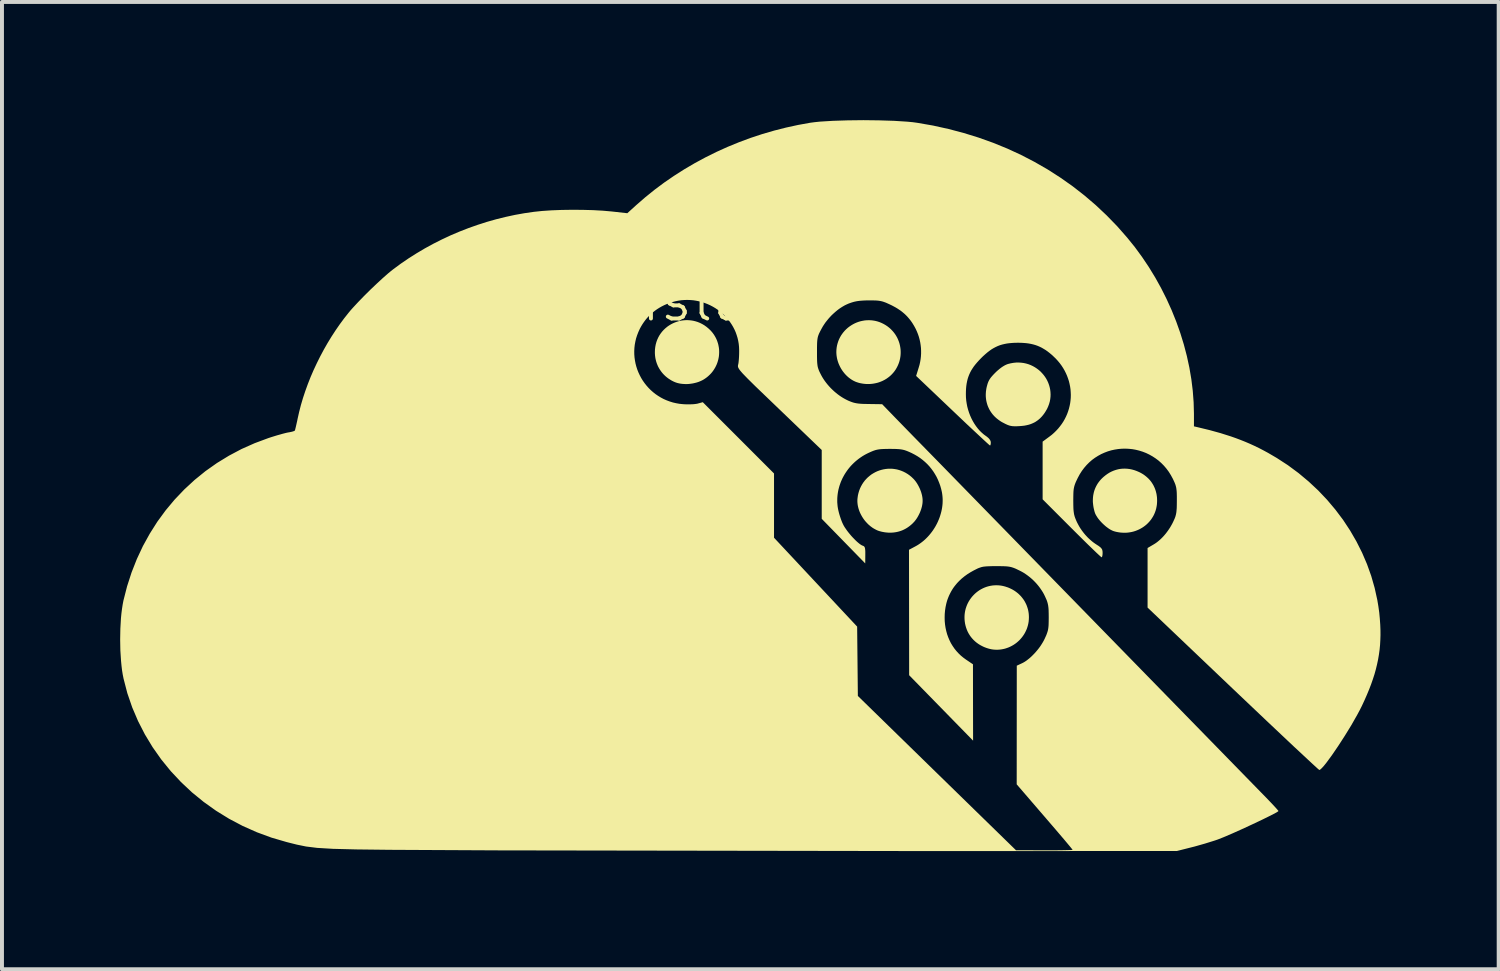
<source format=kicad_pcb>
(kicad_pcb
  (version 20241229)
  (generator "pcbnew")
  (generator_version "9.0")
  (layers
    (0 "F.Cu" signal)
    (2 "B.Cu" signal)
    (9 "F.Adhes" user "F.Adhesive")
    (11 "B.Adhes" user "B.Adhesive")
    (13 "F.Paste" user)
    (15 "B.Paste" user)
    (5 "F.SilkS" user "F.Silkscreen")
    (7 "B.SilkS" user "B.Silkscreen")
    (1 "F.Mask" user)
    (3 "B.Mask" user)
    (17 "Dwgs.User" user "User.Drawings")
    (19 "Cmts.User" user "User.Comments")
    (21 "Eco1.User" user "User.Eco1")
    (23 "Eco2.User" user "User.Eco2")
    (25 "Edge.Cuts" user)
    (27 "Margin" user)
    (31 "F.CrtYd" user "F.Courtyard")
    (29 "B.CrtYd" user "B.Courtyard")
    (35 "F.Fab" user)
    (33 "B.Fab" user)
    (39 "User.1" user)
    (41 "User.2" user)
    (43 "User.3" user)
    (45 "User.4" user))
  (footprint "aisler"
    (layer "F.Cu")
    (at 14.425 5.077)
    (property "Reference" "aisler" (at 0 -0.5 0) (unlocked yes) (layer "F.SilkS") (effects (font (size 1 1) (thickness 0.1))))
    (attr through_hole)
    (fp_poly (pts (xy 0 0) (xy 0.059 0.005) (xy 0.118 0.014) (xy 0.176 0.028) (xy 0.234 0.046) (xy 0.291 0.069) (xy 0.347 0.097) (xy 0.402 0.129) (xy 0.455 0.167) (xy 0.506 0.209) (xy 0.556 0.256) (xy 0.588 0.291) (xy 0.618 0.328) (xy 0.645 0.365) (xy 0.669 0.404) (xy 0.691 0.443) (xy 0.711 0.484) (xy 0.728 0.525) (xy 0.742 0.567) (xy 0.755 0.61) (xy 0.764 0.653) (xy 0.772 0.696) (xy 0.777 0.739) (xy 0.779 0.783) (xy 0.779 0.827) (xy 0.777 0.871) (xy 0.773 0.914) (xy 0.766 0.957) (xy 0.757 1) (xy 0.745 1.043) (xy 0.732 1.084) (xy 0.716 1.125) (xy 0.697 1.166) (xy 0.677 1.205) (xy 0.654 1.243) (xy 0.629 1.281) (xy 0.602 1.317) (xy 0.573 1.351) (xy 0.541 1.384) (xy 0.507 1.416) (xy 0.472 1.446) (xy 0.434 1.474) (xy 0.394 1.501) (xy 0.352 1.525) (xy 0.307 1.546) (xy 0.261 1.565) (xy 0.213 1.581) (xy 0.163 1.594) (xy 0.113 1.605) (xy 0.061 1.613) (xy 0.01 1.619) (xy -0.041 1.622) (xy -0.092 1.621) (xy -0.143 1.618) (xy -0.192 1.613) (xy -0.24 1.604) (xy -0.286 1.593) (xy -0.33 1.578) (xy -0.371 1.561) (xy -0.399 1.547) (xy -0.426 1.533) (xy -0.453 1.517) (xy -0.478 1.501) (xy -0.503 1.485) (xy -0.528 1.467) (xy -0.551 1.449) (xy -0.574 1.43) (xy -0.596 1.41) (xy -0.617 1.39) (xy -0.637 1.369) (xy -0.656 1.348) (xy -0.675 1.325) (xy -0.692 1.303) (xy -0.709 1.279) (xy -0.725 1.255) (xy -0.74 1.231) (xy -0.754 1.206) (xy -0.768 1.181) (xy -0.78 1.155) (xy -0.791 1.128) (xy -0.802 1.101) (xy -0.811 1.074) (xy -0.82 1.046) (xy -0.827 1.018) (xy -0.834 0.989) (xy -0.84 0.96) (xy -0.844 0.931) (xy -0.848 0.901) (xy -0.85 0.871) (xy -0.852 0.841) (xy -0.852 0.811) (xy -0.85 0.743) (xy -0.842 0.677) (xy -0.83 0.614) (xy -0.813 0.553) (xy -0.792 0.495) (xy -0.767 0.44) (xy -0.738 0.387) (xy -0.705 0.338) (xy -0.669 0.291) (xy -0.63 0.248) (xy -0.588 0.208) (xy -0.543 0.17) (xy -0.496 0.137) (xy -0.447 0.107) (xy -0.395 0.08) (xy -0.342 0.057) (xy -0.288 0.038) (xy -0.232 0.022) (xy -0.175 0.01) (xy -0.117 0.003) (xy -0.059 -0.001)) (stroke (width 0) (type solid)) (fill yes) (layer "F.SilkS"))
    (fp_poly (pts (xy 7.877 6.731) (xy 7.931 6.737) (xy 7.984 6.747) (xy 8.039 6.761) (xy 8.072 6.772) (xy 8.106 6.783) (xy 8.138 6.796) (xy 8.169 6.81) (xy 8.2 6.825) (xy 8.23 6.841) (xy 8.259 6.858) (xy 8.287 6.876) (xy 8.314 6.895) (xy 8.34 6.915) (xy 8.366 6.936) (xy 8.39 6.958) (xy 8.413 6.981) (xy 8.436 7.004) (xy 8.457 7.029) (xy 8.477 7.054) (xy 8.497 7.08) (xy 8.515 7.106) (xy 8.532 7.133) (xy 8.547 7.161) (xy 8.562 7.19) (xy 8.576 7.219) (xy 8.588 7.249) (xy 8.599 7.28) (xy 8.609 7.311) (xy 8.618 7.342) (xy 8.625 7.374) (xy 8.631 7.407) (xy 8.636 7.44) (xy 8.639 7.473) (xy 8.641 7.507) (xy 8.642 7.541) (xy 8.64 7.594) (xy 8.636 7.645) (xy 8.628 7.695) (xy 8.617 7.744) (xy 8.603 7.792) (xy 8.587 7.839) (xy 8.567 7.884) (xy 8.546 7.927) (xy 8.522 7.969) (xy 8.495 8.01) (xy 8.467 8.048) (xy 8.436 8.085) (xy 8.404 8.12) (xy 8.369 8.153) (xy 8.333 8.184) (xy 8.295 8.213) (xy 8.256 8.239) (xy 8.215 8.263) (xy 8.173 8.285) (xy 8.129 8.305) (xy 8.085 8.321) (xy 8.04 8.336) (xy 7.993 8.347) (xy 7.946 8.356) (xy 7.899 8.362) (xy 7.851 8.365) (xy 7.802 8.365) (xy 7.753 8.362) (xy 7.704 8.356) (xy 7.655 8.346) (xy 7.606 8.333) (xy 7.557 8.317) (xy 7.503 8.296) (xy 7.453 8.272) (xy 7.404 8.246) (xy 7.358 8.217) (xy 7.315 8.186) (xy 7.274 8.152) (xy 7.236 8.116) (xy 7.201 8.078) (xy 7.168 8.038) (xy 7.138 7.995) (xy 7.111 7.951) (xy 7.087 7.905) (xy 7.066 7.856) (xy 7.048 7.806) (xy 7.033 7.754) (xy 7.021 7.701) (xy 7.013 7.645) (xy 7.008 7.59) (xy 7.007 7.535) (xy 7.009 7.482) (xy 7.015 7.429) (xy 7.024 7.378) (xy 7.036 7.327) (xy 7.052 7.278) (xy 7.07 7.23) (xy 7.091 7.184) (xy 7.115 7.139) (xy 7.142 7.096) (xy 7.171 7.055) (xy 7.202 7.016) (xy 7.236 6.979) (xy 7.271 6.944) (xy 7.309 6.911) (xy 7.349 6.88) (xy 7.39 6.852) (xy 7.433 6.827) (xy 7.478 6.804) (xy 7.524 6.784) (xy 7.571 6.767) (xy 7.62 6.753) (xy 7.67 6.742) (xy 7.721 6.734) (xy 7.772 6.73) (xy 7.824 6.729)) (stroke (width 0) (type solid)) (fill yes) (layer "F.SilkS"))
    (fp_poly (pts (xy 4.631 0.002) (xy 4.684 0.008) (xy 4.738 0.017) (xy 4.791 0.03) (xy 4.844 0.047) (xy 4.896 0.068) (xy 4.948 0.093) (xy 4.999 0.122) (xy 5.049 0.155) (xy 5.095 0.191) (xy 5.138 0.229) (xy 5.177 0.27) (xy 5.213 0.312) (xy 5.246 0.356) (xy 5.275 0.402) (xy 5.301 0.449) (xy 5.323 0.498) (xy 5.342 0.547) (xy 5.358 0.598) (xy 5.37 0.649) (xy 5.379 0.701) (xy 5.385 0.753) (xy 5.387 0.806) (xy 5.386 0.858) (xy 5.382 0.91) (xy 5.374 0.962) (xy 5.363 1.013) (xy 5.349 1.063) (xy 5.331 1.113) (xy 5.31 1.161) (xy 5.286 1.208) (xy 5.259 1.254) (xy 5.229 1.297) (xy 5.195 1.339) (xy 5.158 1.379) (xy 5.118 1.417) (xy 5.074 1.452) (xy 5.028 1.485) (xy 4.978 1.515) (xy 4.925 1.542) (xy 4.887 1.558) (xy 4.848 1.573) (xy 4.808 1.586) (xy 4.768 1.596) (xy 4.726 1.605) (xy 4.685 1.612) (xy 4.643 1.617) (xy 4.6 1.62) (xy 4.558 1.621) (xy 4.516 1.62) (xy 4.474 1.617) (xy 4.432 1.612) (xy 4.391 1.605) (xy 4.35 1.597) (xy 4.31 1.586) (xy 4.27 1.573) (xy 4.27 1.573) (xy 4.27 1.573) (xy 4.27 1.573) (xy 4.27 1.573) (xy 4.27 1.573) (xy 4.27 1.573) (xy 4.27 1.573) (xy 4.27 1.573) (xy 4.243 1.563) (xy 4.217 1.551) (xy 4.19 1.538) (xy 4.165 1.524) (xy 4.139 1.508) (xy 4.115 1.492) (xy 4.091 1.474) (xy 4.067 1.456) (xy 4.044 1.436) (xy 4.022 1.416) (xy 4 1.394) (xy 3.979 1.372) (xy 3.959 1.349) (xy 3.94 1.325) (xy 3.921 1.301) (xy 3.903 1.275) (xy 3.886 1.249) (xy 3.87 1.223) (xy 3.855 1.195) (xy 3.841 1.168) (xy 3.828 1.14) (xy 3.815 1.111) (xy 3.804 1.082) (xy 3.794 1.053) (xy 3.785 1.023) (xy 3.777 0.993) (xy 3.77 0.963) (xy 3.765 0.933) (xy 3.76 0.902) (xy 3.757 0.872) (xy 3.755 0.841) (xy 3.754 0.811) (xy 3.756 0.752) (xy 3.762 0.695) (xy 3.772 0.64) (xy 3.786 0.586) (xy 3.803 0.534) (xy 3.823 0.484) (xy 3.847 0.436) (xy 3.873 0.39) (xy 3.903 0.346) (xy 3.935 0.304) (xy 3.969 0.265) (xy 4.006 0.228) (xy 4.045 0.193) (xy 4.087 0.161) (xy 4.13 0.132) (xy 4.175 0.105) (xy 4.221 0.081) (xy 4.269 0.06) (xy 4.318 0.042) (xy 4.369 0.027) (xy 4.42 0.016) (xy 4.472 0.007) (xy 4.524 0.002) (xy 4.577 0.001)) (stroke (width 0) (type solid)) (fill yes) (layer "F.SilkS"))
    (fp_poly (pts (xy 11.137 3.771) (xy 11.196 3.778) (xy 11.255 3.79) (xy 11.314 3.806) (xy 11.373 3.827) (xy 11.432 3.852) (xy 11.459 3.865) (xy 11.486 3.879) (xy 11.512 3.894) (xy 11.537 3.909) (xy 11.561 3.925) (xy 11.584 3.942) (xy 11.607 3.96) (xy 11.629 3.978) (xy 11.65 3.997) (xy 11.671 4.016) (xy 11.69 4.036) (xy 11.709 4.057) (xy 11.727 4.078) (xy 11.744 4.1) (xy 11.76 4.123) (xy 11.775 4.146) (xy 11.789 4.169) (xy 11.803 4.193) (xy 11.815 4.218) (xy 11.827 4.243) (xy 11.838 4.269) (xy 11.848 4.295) (xy 11.857 4.322) (xy 11.865 4.349) (xy 11.872 4.377) (xy 11.879 4.405) (xy 11.884 4.433) (xy 11.888 4.462) (xy 11.892 4.492) (xy 11.894 4.522) (xy 11.895 4.552) (xy 11.896 4.582) (xy 11.894 4.634) (xy 11.89 4.685) (xy 11.882 4.734) (xy 11.872 4.783) (xy 11.859 4.83) (xy 11.843 4.875) (xy 11.825 4.919) (xy 11.804 4.962) (xy 11.78 5.003) (xy 11.755 5.042) (xy 11.727 5.08) (xy 11.697 5.116) (xy 11.665 5.15) (xy 11.632 5.182) (xy 11.596 5.212) (xy 11.559 5.24) (xy 11.52 5.266) (xy 11.479 5.29) (xy 11.437 5.312) (xy 11.394 5.331) (xy 11.35 5.348) (xy 11.304 5.363) (xy 11.257 5.375) (xy 11.209 5.384) (xy 11.161 5.391) (xy 11.111 5.395) (xy 11.061 5.396) (xy 11.01 5.394) (xy 10.959 5.39) (xy 10.907 5.382) (xy 10.855 5.372) (xy 10.803 5.358) (xy 10.803 5.358) (xy 10.788 5.353) (xy 10.772 5.347) (xy 10.74 5.332) (xy 10.706 5.314) (xy 10.671 5.292) (xy 10.635 5.266) (xy 10.599 5.239) (xy 10.564 5.209) (xy 10.529 5.177) (xy 10.495 5.144) (xy 10.463 5.11) (xy 10.432 5.075) (xy 10.404 5.04) (xy 10.379 5.005) (xy 10.357 4.97) (xy 10.338 4.937) (xy 10.323 4.905) (xy 10.317 4.889) (xy 10.312 4.872) (xy 10.306 4.854) (xy 10.301 4.834) (xy 10.291 4.793) (xy 10.282 4.75) (xy 10.275 4.706) (xy 10.27 4.662) (xy 10.268 4.641) (xy 10.266 4.621) (xy 10.265 4.601) (xy 10.265 4.582) (xy 10.266 4.537) (xy 10.269 4.492) (xy 10.274 4.449) (xy 10.282 4.407) (xy 10.291 4.366) (xy 10.303 4.325) (xy 10.317 4.286) (xy 10.333 4.248) (xy 10.351 4.211) (xy 10.371 4.175) (xy 10.393 4.139) (xy 10.418 4.105) (xy 10.445 4.071) (xy 10.473 4.039) (xy 10.505 4.007) (xy 10.538 3.977) (xy 10.587 3.937) (xy 10.637 3.901) (xy 10.688 3.869) (xy 10.741 3.842) (xy 10.795 3.819) (xy 10.851 3.8) (xy 10.907 3.785) (xy 10.963 3.775) (xy 11.021 3.769) (xy 11.079 3.768)) (stroke (width 0) (type solid)) (fill yes) (layer "F.SilkS"))
    (fp_poly (pts (xy 5.179 3.772) (xy 5.235 3.779) (xy 5.292 3.789) (xy 5.348 3.804) (xy 5.403 3.823) (xy 5.458 3.846) (xy 5.511 3.873) (xy 5.564 3.905) (xy 5.615 3.941) (xy 5.664 3.982) (xy 5.711 4.027) (xy 5.736 4.054) (xy 5.759 4.083) (xy 5.782 4.114) (xy 5.804 4.147) (xy 5.824 4.181) (xy 5.843 4.216) (xy 5.861 4.252) (xy 5.878 4.289) (xy 5.892 4.326) (xy 5.906 4.364) (xy 5.917 4.402) (xy 5.927 4.439) (xy 5.934 4.476) (xy 5.94 4.513) (xy 5.943 4.548) (xy 5.944 4.582) (xy 5.943 4.617) (xy 5.94 4.652) (xy 5.934 4.689) (xy 5.927 4.726) (xy 5.917 4.763) (xy 5.906 4.801) (xy 5.892 4.839) (xy 5.878 4.876) (xy 5.861 4.913) (xy 5.843 4.949) (xy 5.824 4.984) (xy 5.804 5.018) (xy 5.782 5.051) (xy 5.759 5.082) (xy 5.736 5.111) (xy 5.711 5.137) (xy 5.68 5.169) (xy 5.647 5.198) (xy 5.614 5.225) (xy 5.58 5.25) (xy 5.546 5.273) (xy 5.51 5.294) (xy 5.474 5.313) (xy 5.438 5.33) (xy 5.4 5.345) (xy 5.361 5.358) (xy 5.322 5.369) (xy 5.282 5.378) (xy 5.241 5.385) (xy 5.2 5.39) (xy 5.157 5.393) (xy 5.114 5.394) (xy 5.093 5.394) (xy 5.071 5.393) (xy 5.049 5.391) (xy 5.027 5.389) (xy 5.004 5.387) (xy 4.982 5.384) (xy 4.937 5.376) (xy 4.916 5.372) (xy 4.894 5.367) (xy 4.873 5.361) (xy 4.853 5.356) (xy 4.834 5.35) (xy 4.816 5.344) (xy 4.798 5.337) (xy 4.782 5.33) (xy 4.782 5.33) (xy 4.754 5.316) (xy 4.726 5.301) (xy 4.698 5.285) (xy 4.671 5.268) (xy 4.645 5.249) (xy 4.619 5.23) (xy 4.595 5.209) (xy 4.57 5.188) (xy 4.547 5.165) (xy 4.525 5.142) (xy 4.503 5.118) (xy 4.482 5.094) (xy 4.462 5.068) (xy 4.443 5.042) (xy 4.425 5.015) (xy 4.408 4.988) (xy 4.392 4.96) (xy 4.377 4.932) (xy 4.363 4.904) (xy 4.35 4.875) (xy 4.338 4.845) (xy 4.328 4.816) (xy 4.318 4.786) (xy 4.31 4.756) (xy 4.303 4.726) (xy 4.297 4.696) (xy 4.293 4.666) (xy 4.29 4.636) (xy 4.288 4.606) (xy 4.288 4.576) (xy 4.289 4.546) (xy 4.292 4.517) (xy 4.301 4.451) (xy 4.315 4.389) (xy 4.333 4.329) (xy 4.355 4.271) (xy 4.381 4.217) (xy 4.41 4.165) (xy 4.442 4.116) (xy 4.477 4.07) (xy 4.516 4.027) (xy 4.556 3.987) (xy 4.6 3.95) (xy 4.645 3.916) (xy 4.693 3.886) (xy 4.742 3.859) (xy 4.793 3.835) (xy 4.846 3.815) (xy 4.899 3.799) (xy 4.954 3.786) (xy 5.009 3.777) (xy 5.066 3.771) (xy 5.122 3.77)) (stroke (width 0) (type solid)) (fill yes) (layer "F.SilkS"))
    (fp_poly (pts (xy 8.444 1.079) (xy 8.507 1.087) (xy 8.568 1.1) (xy 8.627 1.117) (xy 8.685 1.139) (xy 8.74 1.165) (xy 8.792 1.194) (xy 8.842 1.227) (xy 8.89 1.263) (xy 8.935 1.302) (xy 8.976 1.345) (xy 9.015 1.39) (xy 9.05 1.437) (xy 9.082 1.487) (xy 9.11 1.539) (xy 9.134 1.593) (xy 9.154 1.649) (xy 9.17 1.706) (xy 9.182 1.764) (xy 9.189 1.824) (xy 9.192 1.884) (xy 9.19 1.945) (xy 9.183 2.006) (xy 9.171 2.068) (xy 9.153 2.13) (xy 9.13 2.191) (xy 9.102 2.253) (xy 9.067 2.313) (xy 9.039 2.357) (xy 9.009 2.398) (xy 8.978 2.436) (xy 8.962 2.454) (xy 8.945 2.471) (xy 8.929 2.488) (xy 8.911 2.504) (xy 8.894 2.519) (xy 8.876 2.533) (xy 8.858 2.547) (xy 8.839 2.56) (xy 8.82 2.573) (xy 8.801 2.585) (xy 8.781 2.596) (xy 8.76 2.606) (xy 8.739 2.616) (xy 8.718 2.625) (xy 8.696 2.634) (xy 8.674 2.642) (xy 8.651 2.649) (xy 8.628 2.656) (xy 8.58 2.667) (xy 8.53 2.677) (xy 8.477 2.683) (xy 8.422 2.688) (xy 8.347 2.692) (xy 8.315 2.693) (xy 8.285 2.693) (xy 8.258 2.692) (xy 8.233 2.691) (xy 8.209 2.688) (xy 8.186 2.684) (xy 8.163 2.679) (xy 8.141 2.673) (xy 8.119 2.665) (xy 8.095 2.656) (xy 8.071 2.645) (xy 8.045 2.633) (xy 7.987 2.603) (xy 7.987 2.603) (xy 7.955 2.586) (xy 7.925 2.568) (xy 7.896 2.548) (xy 7.868 2.528) (xy 7.841 2.507) (xy 7.815 2.486) (xy 7.79 2.463) (xy 7.766 2.44) (xy 7.744 2.416) (xy 7.722 2.391) (xy 7.702 2.365) (xy 7.683 2.339) (xy 7.665 2.312) (xy 7.648 2.284) (xy 7.633 2.256) (xy 7.619 2.227) (xy 7.606 2.198) (xy 7.594 2.168) (xy 7.584 2.138) (xy 7.575 2.107) (xy 7.567 2.075) (xy 7.56 2.044) (xy 7.555 2.011) (xy 7.551 1.979) (xy 7.548 1.946) (xy 7.547 1.913) (xy 7.547 1.879) (xy 7.549 1.845) (xy 7.551 1.811) (xy 7.556 1.777) (xy 7.561 1.742) (xy 7.568 1.708) (xy 7.575 1.678) (xy 7.583 1.65) (xy 7.59 1.624) (xy 7.598 1.599) (xy 7.607 1.576) (xy 7.616 1.554) (xy 7.627 1.533) (xy 7.638 1.512) (xy 7.651 1.492) (xy 7.665 1.471) (xy 7.681 1.45) (xy 7.699 1.429) (xy 7.719 1.406) (xy 7.74 1.383) (xy 7.764 1.358) (xy 7.791 1.331) (xy 7.812 1.31) (xy 7.833 1.291) (xy 7.854 1.272) (xy 7.876 1.254) (xy 7.897 1.236) (xy 7.918 1.22) (xy 7.939 1.204) (xy 7.959 1.19) (xy 7.98 1.176) (xy 8 1.164) (xy 8.02 1.152) (xy 8.039 1.142) (xy 8.058 1.133) (xy 8.076 1.125) (xy 8.094 1.118) (xy 8.111 1.112) (xy 8.18 1.095) (xy 8.248 1.083) (xy 8.315 1.076) (xy 8.38 1.075)) (stroke (width 0) (type solid)) (fill yes) (layer "F.SilkS"))
    (fp_poly (pts (xy 4.84 -5.072) (xy 5.218 -5.06) (xy 5.548 -5.039) (xy 5.688 -5.026) (xy 5.806 -5.01) (xy 6.208 -4.94) (xy 6.602 -4.853) (xy 6.988 -4.751) (xy 7.366 -4.634) (xy 7.735 -4.502) (xy 8.095 -4.355) (xy 8.446 -4.193) (xy 8.787 -4.016) (xy 9.119 -3.825) (xy 9.44 -3.619) (xy 9.751 -3.4) (xy 10.051 -3.166) (xy 10.34 -2.919) (xy 10.617 -2.658) (xy 10.883 -2.384) (xy 11.136 -2.096) (xy 11.33 -1.856) (xy 11.513 -1.606) (xy 11.686 -1.348) (xy 11.848 -1.083) (xy 11.999 -0.811) (xy 12.138 -0.534) (xy 12.266 -0.251) (xy 12.381 0.035) (xy 12.484 0.324) (xy 12.574 0.616) (xy 12.651 0.91) (xy 12.715 1.205) (xy 12.765 1.499) (xy 12.801 1.793) (xy 12.823 2.085) (xy 12.831 2.374) (xy 12.831 2.695) (xy 12.926 2.717) (xy 13.227 2.79) (xy 13.506 2.867) (xy 13.768 2.95) (xy 13.893 2.994) (xy 14.015 3.04) (xy 14.135 3.088) (xy 14.252 3.138) (xy 14.368 3.191) (xy 14.482 3.246) (xy 14.595 3.305) (xy 14.708 3.366) (xy 14.934 3.498) (xy 15.217 3.682) (xy 15.487 3.882) (xy 15.742 4.095) (xy 15.984 4.321) (xy 16.21 4.559) (xy 16.421 4.809) (xy 16.616 5.068) (xy 16.794 5.338) (xy 16.955 5.616) (xy 17.099 5.902) (xy 17.224 6.194) (xy 17.331 6.493) (xy 17.418 6.797) (xy 17.486 7.106) (xy 17.512 7.262) (xy 17.534 7.418) (xy 17.549 7.576) (xy 17.56 7.733) (xy 17.565 7.864) (xy 17.566 7.992) (xy 17.562 8.118) (xy 17.555 8.243) (xy 17.543 8.367) (xy 17.526 8.49) (xy 17.505 8.613) (xy 17.479 8.736) (xy 17.449 8.86) (xy 17.414 8.986) (xy 17.373 9.113) (xy 17.328 9.242) (xy 17.277 9.374) (xy 17.221 9.509) (xy 17.16 9.648) (xy 17.094 9.79) (xy 17.039 9.899) (xy 16.975 10.018) (xy 16.828 10.277) (xy 16.662 10.547) (xy 16.492 10.81) (xy 16.33 11.047) (xy 16.188 11.24) (xy 16.128 11.314) (xy 16.078 11.369) (xy 16.04 11.404) (xy 16.025 11.414) (xy 16.014 11.417) (xy 15.999 11.406) (xy 15.963 11.375) (xy 15.831 11.254) (xy 15.355 10.811) (xy 14.661 10.156) (xy 13.818 9.356) (xy 11.654 7.295) (xy 11.654 6.539) (xy 11.654 5.783) (xy 11.807 5.693) (xy 11.843 5.671) (xy 11.878 5.647) (xy 11.913 5.62) (xy 11.948 5.591) (xy 11.982 5.561) (xy 12.016 5.528) (xy 12.049 5.494) (xy 12.081 5.458) (xy 12.113 5.42) (xy 12.143 5.381) (xy 12.173 5.34) (xy 12.201 5.299) (xy 12.229 5.256) (xy 12.255 5.211) (xy 12.28 5.166) (xy 12.303 5.12) (xy 12.317 5.089) (xy 12.33 5.061) (xy 12.342 5.034) (xy 12.352 5.008) (xy 12.361 4.982) (xy 12.368 4.956) (xy 12.375 4.929) (xy 12.38 4.902) (xy 12.385 4.873) (xy 12.388 4.842) (xy 12.391 4.808) (xy 12.394 4.771) (xy 12.395 4.73) (xy 12.396 4.686) (xy 12.397 4.582) (xy 12.397 4.476) (xy 12.395 4.39) (xy 12.393 4.353) (xy 12.39 4.319) (xy 12.386 4.288) (xy 12.382 4.258) (xy 12.376 4.231) (xy 12.369 4.204) (xy 12.361 4.177) (xy 12.351 4.15) (xy 12.34 4.123) (xy 12.327 4.094) (xy 12.297 4.029) (xy 12.247 3.937) (xy 12.193 3.85) (xy 12.134 3.77) (xy 12.071 3.696) (xy 12.003 3.627) (xy 11.932 3.564) (xy 11.857 3.508) (xy 11.779 3.457) (xy 11.699 3.412) (xy 11.616 3.372) (xy 11.531 3.339) (xy 11.445 3.312) (xy 11.357 3.29) (xy 11.268 3.274) (xy 11.178 3.265) (xy 11.088 3.261) (xy 10.998 3.263) (xy 10.909 3.271) (xy 10.82 3.285) (xy 10.732 3.304) (xy 10.645 3.33) (xy 10.561 3.362) (xy 10.478 3.399) (xy 10.398 3.443) (xy 10.32 3.492) (xy 10.245 3.547) (xy 10.174 3.609) (xy 10.107 3.676) (xy 10.044 3.749) (xy 9.985 3.828) (xy 9.931 3.913) (xy 9.882 4.004) (xy 9.847 4.077) (xy 9.832 4.109) (xy 9.82 4.139) (xy 9.809 4.168) (xy 9.8 4.196) (xy 9.792 4.224) (xy 9.786 4.252) (xy 9.78 4.282) (xy 9.776 4.314) (xy 9.773 4.348) (xy 9.771 4.386) (xy 9.77 4.427) (xy 9.769 4.473) (xy 9.768 4.581) (xy 9.769 4.685) (xy 9.771 4.77) (xy 9.773 4.807) (xy 9.776 4.841) (xy 9.78 4.872) (xy 9.784 4.902) (xy 9.789 4.93) (xy 9.796 4.957) (xy 9.803 4.983) (xy 9.812 5.009) (xy 9.822 5.036) (xy 9.833 5.063) (xy 9.859 5.123) (xy 9.881 5.166) (xy 9.904 5.209) (xy 9.928 5.251) (xy 9.954 5.292) (xy 9.982 5.333) (xy 10.011 5.372) (xy 10.041 5.411) (xy 10.072 5.448) (xy 10.105 5.484) (xy 10.138 5.519) (xy 10.173 5.552) (xy 10.209 5.584) (xy 10.245 5.615) (xy 10.282 5.644) (xy 10.32 5.671) (xy 10.359 5.697) (xy 10.382 5.712) (xy 10.403 5.725) (xy 10.421 5.738) (xy 10.438 5.751) (xy 10.452 5.762) (xy 10.465 5.774) (xy 10.475 5.785) (xy 10.48 5.791) (xy 10.484 5.796) (xy 10.488 5.802) (xy 10.492 5.808) (xy 10.495 5.813) (xy 10.498 5.819) (xy 10.501 5.825) (xy 10.503 5.832) (xy 10.505 5.838) (xy 10.506 5.844) (xy 10.509 5.858) (xy 10.511 5.873) (xy 10.512 5.889) (xy 10.512 5.906) (xy 10.512 5.917) (xy 10.512 5.928) (xy 10.511 5.939) (xy 10.51 5.95) (xy 10.509 5.959) (xy 10.508 5.969) (xy 10.506 5.977) (xy 10.505 5.985) (xy 10.503 5.993) (xy 10.501 5.999) (xy 10.498 6.005) (xy 10.496 6.009) (xy 10.494 6.013) (xy 10.491 6.016) (xy 10.49 6.017) (xy 10.489 6.018) (xy 10.487 6.018) (xy 10.486 6.018) (xy 10.479 6.014) (xy 10.466 6.003) (xy 10.418 5.96) (xy 10.345 5.892) (xy 10.252 5.802) (xy 10.139 5.693) (xy 10.012 5.568) (xy 9.873 5.43) (xy 9.725 5.283) (xy 8.99 4.547) (xy 8.99 3.815) (xy 8.99 3.083) (xy 9.158 2.959) (xy 9.221 2.911) (xy 9.279 2.86) (xy 9.334 2.806) (xy 9.385 2.751) (xy 9.432 2.693) (xy 9.476 2.634) (xy 9.516 2.573) (xy 9.552 2.51) (xy 9.584 2.446) (xy 9.613 2.38) (xy 9.637 2.314) (xy 9.658 2.246) (xy 9.675 2.178) (xy 9.689 2.108) (xy 9.698 2.039) (xy 9.704 1.969) (xy 9.706 1.898) (xy 9.703 1.828) (xy 9.698 1.757) (xy 9.688 1.687) (xy 9.674 1.618) (xy 9.657 1.548) (xy 9.635 1.48) (xy 9.61 1.412) (xy 9.581 1.346) (xy 9.548 1.28) (xy 9.511 1.216) (xy 9.47 1.153) (xy 9.425 1.092) (xy 9.376 1.033) (xy 9.323 0.975) (xy 9.266 0.92) (xy 9.215 0.873) (xy 9.164 0.831) (xy 9.114 0.792) (xy 9.064 0.757) (xy 9.013 0.726) (xy 8.963 0.697) (xy 8.911 0.672) (xy 8.859 0.65) (xy 8.805 0.631) (xy 8.749 0.615) (xy 8.692 0.602) (xy 8.632 0.591) (xy 8.57 0.583) (xy 8.506 0.578) (xy 8.438 0.574) (xy 8.367 0.573) (xy 8.29 0.574) (xy 8.218 0.578) (xy 8.15 0.584) (xy 8.086 0.592) (xy 8.024 0.604) (xy 7.965 0.618) (xy 7.908 0.635) (xy 7.853 0.656) (xy 7.799 0.681) (xy 7.746 0.709) (xy 7.694 0.74) (xy 7.643 0.776) (xy 7.591 0.816) (xy 7.538 0.861) (xy 7.484 0.909) (xy 7.429 0.963) (xy 7.377 1.017) (xy 7.329 1.07) (xy 7.285 1.122) (xy 7.245 1.173) (xy 7.21 1.225) (xy 7.178 1.276) (xy 7.15 1.329) (xy 7.126 1.382) (xy 7.105 1.436) (xy 7.087 1.492) (xy 7.073 1.55) (xy 7.061 1.611) (xy 7.052 1.674) (xy 7.046 1.74) (xy 7.043 1.81) (xy 7.042 1.883) (xy 7.044 1.963) (xy 7.051 2.042) (xy 7.063 2.12) (xy 7.078 2.198) (xy 7.099 2.275) (xy 7.123 2.35) (xy 7.151 2.423) (xy 7.183 2.494) (xy 7.218 2.562) (xy 7.257 2.628) (xy 7.299 2.69) (xy 7.344 2.749) (xy 7.392 2.804) (xy 7.443 2.854) (xy 7.497 2.901) (xy 7.553 2.942) (xy 7.567 2.952) (xy 7.58 2.962) (xy 7.593 2.973) (xy 7.605 2.983) (xy 7.616 2.993) (xy 7.626 3.003) (xy 7.635 3.014) (xy 7.643 3.024) (xy 7.65 3.034) (xy 7.656 3.044) (xy 7.662 3.054) (xy 7.666 3.064) (xy 7.67 3.074) (xy 7.672 3.084) (xy 7.674 3.093) (xy 7.674 3.098) (xy 7.674 3.103) (xy 7.674 3.111) (xy 7.674 3.119) (xy 7.674 3.126) (xy 7.673 3.133) (xy 7.672 3.14) (xy 7.671 3.146) (xy 7.67 3.152) (xy 7.669 3.158) (xy 7.667 3.163) (xy 7.666 3.167) (xy 7.664 3.171) (xy 7.662 3.175) (xy 7.66 3.177) (xy 7.659 3.179) (xy 7.658 3.18) (xy 7.657 3.18) (xy 7.655 3.181) (xy 7.654 3.181) (xy 7.648 3.176) (xy 7.631 3.163) (xy 7.573 3.111) (xy 7.484 3.029) (xy 7.368 2.921) (xy 7.068 2.641) (xy 6.707 2.298) (xy 5.779 1.415) (xy 5.844 1.205) (xy 5.865 1.134) (xy 5.881 1.062) (xy 5.893 0.99) (xy 5.901 0.919) (xy 5.905 0.847) (xy 5.905 0.775) (xy 5.902 0.704) (xy 5.894 0.633) (xy 5.883 0.562) (xy 5.868 0.493) (xy 5.849 0.423) (xy 5.826 0.355) (xy 5.799 0.288) (xy 5.769 0.222) (xy 5.734 0.157) (xy 5.696 0.093) (xy 5.67 0.053) (xy 5.643 0.015) (xy 5.614 -0.022) (xy 5.585 -0.057) (xy 5.555 -0.091) (xy 5.523 -0.124) (xy 5.491 -0.155) (xy 5.456 -0.185) (xy 5.42 -0.215) (xy 5.383 -0.243) (xy 5.343 -0.27) (xy 5.302 -0.297) (xy 5.259 -0.323) (xy 5.213 -0.348) (xy 5.166 -0.373) (xy 5.116 -0.397) (xy 5.046 -0.429) (xy 5.015 -0.443) (xy 4.985 -0.454) (xy 4.957 -0.464) (xy 4.93 -0.473) (xy 4.903 -0.48) (xy 4.875 -0.486) (xy 4.847 -0.491) (xy 4.817 -0.495) (xy 4.785 -0.498) (xy 4.751 -0.5) (xy 4.713 -0.501) (xy 4.672 -0.502) (xy 4.578 -0.502) (xy 4.494 -0.501) (xy 4.419 -0.497) (xy 4.352 -0.492) (xy 4.32 -0.488) (xy 4.29 -0.484) (xy 4.261 -0.479) (xy 4.233 -0.473) (xy 4.205 -0.467) (xy 4.178 -0.459) (xy 4.15 -0.451) (xy 4.123 -0.442) (xy 4.067 -0.422) (xy 4.019 -0.401) (xy 3.969 -0.377) (xy 3.92 -0.349) (xy 3.872 -0.319) (xy 3.823 -0.286) (xy 3.776 -0.25) (xy 3.729 -0.211) (xy 3.683 -0.17) (xy 3.638 -0.128) (xy 3.595 -0.083) (xy 3.554 -0.037) (xy 3.515 0.011) (xy 3.477 0.059) (xy 3.443 0.109) (xy 3.41 0.16) (xy 3.381 0.212) (xy 3.343 0.283) (xy 3.328 0.314) (xy 3.314 0.342) (xy 3.303 0.37) (xy 3.293 0.397) (xy 3.285 0.424) (xy 3.279 0.452) (xy 3.274 0.482) (xy 3.27 0.515) (xy 3.267 0.551) (xy 3.265 0.591) (xy 3.264 0.637) (xy 3.263 0.688) (xy 3.263 0.81) (xy 3.263 0.931) (xy 3.265 1.026) (xy 3.267 1.067) (xy 3.27 1.103) (xy 3.274 1.136) (xy 3.278 1.166) (xy 3.284 1.194) (xy 3.292 1.221) (xy 3.301 1.248) (xy 3.311 1.275) (xy 3.323 1.303) (xy 3.337 1.332) (xy 3.371 1.399) (xy 3.398 1.447) (xy 3.428 1.495) (xy 3.46 1.542) (xy 3.495 1.589) (xy 3.532 1.635) (xy 3.571 1.68) (xy 3.612 1.724) (xy 3.655 1.766) (xy 3.699 1.807) (xy 3.745 1.846) (xy 3.791 1.883) (xy 3.839 1.918) (xy 3.887 1.95) (xy 3.936 1.98) (xy 3.985 2.007) (xy 4.034 2.032) (xy 4.064 2.046) (xy 4.093 2.058) (xy 4.121 2.069) (xy 4.148 2.079) (xy 4.175 2.088) (xy 4.202 2.096) (xy 4.229 2.102) (xy 4.258 2.108) (xy 4.288 2.113) (xy 4.319 2.117) (xy 4.353 2.12) (xy 4.39 2.123) (xy 4.43 2.125) (xy 4.474 2.126) (xy 4.574 2.128) (xy 4.917 2.133) (xy 5.248 2.475) (xy 5.696 2.935) (xy 6.309 3.561) (xy 14.672 12.128) (xy 14.79 12.251) (xy 14.887 12.355) (xy 14.924 12.396) (xy 14.952 12.428) (xy 14.97 12.45) (xy 14.975 12.456) (xy 14.976 12.46) (xy 14.962 12.472) (xy 14.923 12.497) (xy 14.778 12.573) (xy 14.569 12.676) (xy 14.32 12.794) (xy 14.057 12.916) (xy 13.805 13.029) (xy 13.59 13.121) (xy 13.436 13.182) (xy 13.366 13.206) (xy 13.287 13.231) (xy 13.11 13.286) (xy 12.927 13.338) (xy 12.841 13.362) (xy 12.762 13.382) (xy 12.398 13.474) (xy 6.014 13.476) (xy -4.818 13.458) (xy -4.818 13.458) (xy -7.582 13.444) (xy -8.432 13.434) (xy -9.023 13.419) (xy -9.424 13.395) (xy -9.706 13.36) (xy -9.941 13.312) (xy -10.199 13.247) (xy -10.583 13.135) (xy -10.955 12.998) (xy -11.315 12.838) (xy -11.66 12.656) (xy -11.991 12.452) (xy -12.305 12.228) (xy -12.603 11.985) (xy -12.882 11.723) (xy -13.142 11.445) (xy -13.382 11.15) (xy -13.601 10.839) (xy -13.797 10.515) (xy -13.97 10.178) (xy -14.119 9.829) (xy -14.243 9.468) (xy -14.339 9.098) (xy -14.359 8.998) (xy -14.377 8.888) (xy -14.391 8.77) (xy -14.403 8.645) (xy -14.42 8.381) (xy -14.425 8.106) (xy -14.42 7.832) (xy -14.405 7.568) (xy -14.393 7.444) (xy -14.378 7.326) (xy -14.361 7.217) (xy -14.342 7.117) (xy -14.249 6.754) (xy -14.135 6.402) (xy -14.001 6.062) (xy -13.847 5.733) (xy -13.673 5.418) (xy -13.481 5.115) (xy -13.27 4.827) (xy -13.042 4.554) (xy -12.797 4.297) (xy -12.536 4.056) (xy -12.26 3.832) (xy -11.968 3.626) (xy -11.662 3.439) (xy -11.343 3.27) (xy -11.01 3.122) (xy -10.666 2.994) (xy -10.59 2.969) (xy -10.513 2.945) (xy -10.438 2.922) (xy -10.366 2.902) (xy -10.299 2.883) (xy -10.241 2.868) (xy -10.192 2.856) (xy -10.154 2.849) (xy -10.124 2.844) (xy -10.096 2.838) (xy -10.069 2.832) (xy -10.046 2.826) (xy -10.025 2.819) (xy -10.017 2.816) (xy -10.009 2.813) (xy -10.003 2.81) (xy -9.998 2.807) (xy -9.994 2.804) (xy -9.992 2.801) (xy -9.99 2.798) (xy -9.987 2.791) (xy -9.981 2.77) (xy -9.974 2.741) (xy -9.965 2.704) (xy -9.955 2.66) (xy -9.944 2.611) (xy -9.932 2.559) (xy -9.921 2.503) (xy -9.882 2.33) (xy -9.837 2.154) (xy -9.785 1.978) (xy -9.726 1.8) (xy -9.662 1.623) (xy -9.592 1.445) (xy -9.516 1.269) (xy -9.434 1.094) (xy -9.348 0.921) (xy -9.276 0.786) (xy -1.376 0.786) (xy -1.375 0.866) (xy -1.369 0.946) (xy -1.358 1.024) (xy -1.343 1.102) (xy -1.323 1.178) (xy -1.299 1.253) (xy -1.27 1.326) (xy -1.237 1.397) (xy -1.2 1.467) (xy -1.159 1.534) (xy -1.114 1.598) (xy -1.065 1.66) (xy -1.013 1.719) (xy -0.957 1.775) (xy -0.897 1.828) (xy -0.835 1.877) (xy -0.769 1.922) (xy -0.7 1.964) (xy -0.628 2.002) (xy -0.553 2.035) (xy -0.475 2.064) (xy -0.395 2.089) (xy -0.312 2.108) (xy -0.227 2.123) (xy -0.139 2.132) (xy -0.086 2.135) (xy -0.031 2.137) (xy 0.023 2.137) (xy 0.076 2.135) (xy 0.125 2.133) (xy 0.17 2.128) (xy 0.208 2.123) (xy 0.224 2.12) (xy 0.239 2.116) (xy 0.364 2.082) (xy 1.268 2.986) (xy 2.172 3.891) (xy 2.172 4.706) (xy 2.172 5.522) (xy 3.227 6.65) (xy 4.282 7.778) (xy 4.291 8.658) (xy 4.3 9.538) (xy 6.307 11.497) (xy 8.314 13.455) (xy 9.033 13.457) (xy 9.311 13.457) (xy 9.54 13.454) (xy 9.694 13.45) (xy 9.736 13.447) (xy 9.747 13.445) (xy 9.751 13.444) (xy 9.751 13.444) (xy 9.747 13.438) (xy 9.736 13.424) (xy 9.695 13.373) (xy 9.543 13.191) (xy 9.317 12.926) (xy 9.041 12.605) (xy 8.332 11.782) (xy 8.333 10.276) (xy 8.334 8.77) (xy 8.463 8.71) (xy 8.501 8.691) (xy 8.54 8.668) (xy 8.58 8.641) (xy 8.62 8.61) (xy 8.661 8.577) (xy 8.701 8.541) (xy 8.741 8.502) (xy 8.78 8.462) (xy 8.819 8.419) (xy 8.856 8.375) (xy 8.892 8.33) (xy 8.926 8.284) (xy 8.957 8.237) (xy 8.987 8.189) (xy 9.014 8.142) (xy 9.038 8.095) (xy 9.07 8.025) (xy 9.084 7.994) (xy 9.095 7.964) (xy 9.105 7.936) (xy 9.114 7.909) (xy 9.122 7.881) (xy 9.128 7.853) (xy 9.133 7.824) (xy 9.137 7.793) (xy 9.14 7.76) (xy 9.142 7.724) (xy 9.143 7.685) (xy 9.144 7.642) (xy 9.145 7.541) (xy 9.144 7.444) (xy 9.142 7.363) (xy 9.14 7.327) (xy 9.137 7.295) (xy 9.133 7.264) (xy 9.129 7.235) (xy 9.123 7.208) (xy 9.117 7.181) (xy 9.109 7.155) (xy 9.101 7.129) (xy 9.091 7.102) (xy 9.079 7.075) (xy 9.052 7.015) (xy 9.027 6.963) (xy 8.999 6.912) (xy 8.968 6.863) (xy 8.935 6.814) (xy 8.9 6.766) (xy 8.863 6.72) (xy 8.824 6.675) (xy 8.783 6.632) (xy 8.741 6.59) (xy 8.697 6.551) (xy 8.651 6.513) (xy 8.604 6.477) (xy 8.556 6.443) (xy 8.507 6.411) (xy 8.456 6.382) (xy 8.405 6.356) (xy 8.333 6.321) (xy 8.301 6.306) (xy 8.271 6.294) (xy 8.242 6.283) (xy 8.214 6.274) (xy 8.186 6.266) (xy 8.157 6.26) (xy 8.127 6.255) (xy 8.094 6.251) (xy 8.059 6.248) (xy 8.02 6.246) (xy 7.976 6.245) (xy 7.928 6.244) (xy 7.813 6.244) (xy 7.699 6.244) (xy 7.607 6.247) (xy 7.569 6.249) (xy 7.534 6.252) (xy 7.502 6.255) (xy 7.472 6.26) (xy 7.444 6.266) (xy 7.418 6.274) (xy 7.391 6.283) (xy 7.364 6.293) (xy 7.336 6.305) (xy 7.306 6.32) (xy 7.239 6.354) (xy 7.157 6.4) (xy 7.079 6.449) (xy 7.006 6.502) (xy 6.937 6.558) (xy 6.874 6.617) (xy 6.844 6.648) (xy 6.815 6.679) (xy 6.788 6.712) (xy 6.761 6.745) (xy 6.736 6.778) (xy 6.712 6.813) (xy 6.69 6.848) (xy 6.669 6.884) (xy 6.649 6.921) (xy 6.63 6.959) (xy 6.612 6.997) (xy 6.596 7.036) (xy 6.581 7.075) (xy 6.567 7.115) (xy 6.555 7.156) (xy 6.544 7.198) (xy 6.526 7.283) (xy 6.513 7.37) (xy 6.505 7.46) (xy 6.503 7.55) (xy 6.505 7.639) (xy 6.513 7.725) (xy 6.526 7.81) (xy 6.544 7.892) (xy 6.566 7.972) (xy 6.594 8.05) (xy 6.626 8.125) (xy 6.662 8.198) (xy 6.704 8.267) (xy 6.749 8.333) (xy 6.8 8.397) (xy 6.854 8.456) (xy 6.913 8.513) (xy 6.976 8.565) (xy 7.043 8.614) (xy 7.222 8.735) (xy 7.223 9.704) (xy 7.225 10.673) (xy 6.413 9.842) (xy 5.602 9.012) (xy 5.6 7.42) (xy 5.598 5.828) (xy 5.752 5.746) (xy 5.797 5.721) (xy 5.841 5.694) (xy 5.883 5.665) (xy 5.925 5.634) (xy 5.965 5.602) (xy 6.004 5.568) (xy 6.041 5.532) (xy 6.077 5.495) (xy 6.112 5.456) (xy 6.145 5.416) (xy 6.177 5.375) (xy 6.208 5.332) (xy 6.236 5.289) (xy 6.264 5.244) (xy 6.289 5.199) (xy 6.313 5.153) (xy 6.335 5.105) (xy 6.355 5.058) (xy 6.374 5.009) (xy 6.39 4.961) (xy 6.405 4.911) (xy 6.418 4.862) (xy 6.429 4.812) (xy 6.438 4.762) (xy 6.445 4.711) (xy 6.45 4.661) (xy 6.452 4.611) (xy 6.453 4.561) (xy 6.451 4.511) (xy 6.447 4.461) (xy 6.441 4.412) (xy 6.433 4.363) (xy 6.414 4.281) (xy 6.391 4.201) (xy 6.363 4.124) (xy 6.332 4.049) (xy 6.297 3.976) (xy 6.257 3.906) (xy 6.214 3.838) (xy 6.167 3.774) (xy 6.117 3.712) (xy 6.063 3.654) (xy 6.005 3.599) (xy 5.944 3.547) (xy 5.88 3.498) (xy 5.812 3.453) (xy 5.741 3.412) (xy 5.668 3.374) (xy 5.598 3.342) (xy 5.567 3.329) (xy 5.537 3.317) (xy 5.509 3.307) (xy 5.481 3.298) (xy 5.454 3.291) (xy 5.426 3.285) (xy 5.396 3.28) (xy 5.366 3.276) (xy 5.332 3.273) (xy 5.297 3.271) (xy 5.257 3.269) (xy 5.214 3.268) (xy 5.114 3.267) (xy 5.014 3.268) (xy 4.931 3.271) (xy 4.895 3.273) (xy 4.862 3.276) (xy 4.831 3.28) (xy 4.802 3.285) (xy 4.774 3.291) (xy 4.746 3.298) (xy 4.719 3.307) (xy 4.69 3.317) (xy 4.661 3.329) (xy 4.63 3.342) (xy 4.56 3.374) (xy 4.51 3.399) (xy 4.461 3.426) (xy 4.413 3.455) (xy 4.367 3.486) (xy 4.322 3.518) (xy 4.279 3.552) (xy 4.237 3.587) (xy 4.197 3.624) (xy 4.158 3.662) (xy 4.121 3.701) (xy 4.086 3.742) (xy 4.052 3.784) (xy 4.021 3.827) (xy 3.991 3.871) (xy 3.962 3.917) (xy 3.936 3.963) (xy 3.911 4.01) (xy 3.889 4.058) (xy 3.868 4.106) (xy 3.85 4.156) (xy 3.833 4.206) (xy 3.819 4.256) (xy 3.806 4.307) (xy 3.796 4.358) (xy 3.788 4.41) (xy 3.782 4.462) (xy 3.778 4.515) (xy 3.777 4.567) (xy 3.777 4.62) (xy 3.781 4.672) (xy 3.786 4.725) (xy 3.794 4.777) (xy 3.804 4.825) (xy 3.816 4.876) (xy 3.831 4.931) (xy 3.848 4.985) (xy 3.866 5.039) (xy 3.885 5.091) (xy 3.904 5.138) (xy 3.923 5.179) (xy 3.942 5.216) (xy 3.966 5.256) (xy 3.994 5.297) (xy 4.024 5.34) (xy 4.057 5.383) (xy 4.092 5.426) (xy 4.128 5.469) (xy 4.165 5.51) (xy 4.203 5.549) (xy 4.24 5.587) (xy 4.276 5.621) (xy 4.311 5.651) (xy 4.344 5.678) (xy 4.374 5.699) (xy 4.401 5.715) (xy 4.414 5.721) (xy 4.425 5.725) (xy 4.43 5.727) (xy 4.435 5.729) (xy 4.44 5.731) (xy 4.444 5.733) (xy 4.448 5.736) (xy 4.452 5.738) (xy 4.455 5.741) (xy 4.459 5.744) (xy 4.462 5.748) (xy 4.465 5.751) (xy 4.468 5.755) (xy 4.47 5.76) (xy 4.473 5.765) (xy 4.475 5.77) (xy 4.477 5.776) (xy 4.479 5.782) (xy 4.48 5.788) (xy 4.482 5.795) (xy 4.483 5.803) (xy 4.484 5.811) (xy 4.485 5.82) (xy 4.486 5.829) (xy 4.487 5.839) (xy 4.488 5.85) (xy 4.488 5.861) (xy 4.489 5.873) (xy 4.489 5.899) (xy 4.489 5.928) (xy 4.489 5.96) (xy 4.487 6.174) (xy 3.935 5.608) (xy 3.383 5.042) (xy 3.383 4.168) (xy 3.383 3.295) (xy 2.309 2.264) (xy 1.695 1.674) (xy 1.505 1.486) (xy 1.378 1.355) (xy 1.335 1.306) (xy 1.302 1.266) (xy 1.28 1.233) (xy 1.265 1.206) (xy 1.258 1.184) (xy 1.256 1.164) (xy 1.258 1.145) (xy 1.262 1.126) (xy 1.265 1.114) (xy 1.268 1.099) (xy 1.273 1.064) (xy 1.277 1.021) (xy 1.281 0.973) (xy 1.284 0.921) (xy 1.286 0.867) (xy 1.287 0.811) (xy 1.287 0.756) (xy 1.284 0.678) (xy 1.276 0.6) (xy 1.263 0.524) (xy 1.246 0.45) (xy 1.224 0.378) (xy 1.199 0.307) (xy 1.169 0.239) (xy 1.135 0.173) (xy 1.097 0.109) (xy 1.056 0.048) (xy 1.012 -0.011) (xy 0.964 -0.068) (xy 0.913 -0.121) (xy 0.86 -0.172) (xy 0.803 -0.219) (xy 0.744 -0.264) (xy 0.683 -0.305) (xy 0.619 -0.343) (xy 0.554 -0.377) (xy 0.486 -0.408) (xy 0.416 -0.435) (xy 0.345 -0.459) (xy 0.273 -0.478) (xy 0.199 -0.493) (xy 0.124 -0.505) (xy 0.049 -0.511) (xy -0.028 -0.514) (xy -0.105 -0.512) (xy -0.183 -0.506) (xy -0.261 -0.494) (xy -0.339 -0.478) (xy -0.417 -0.457) (xy -0.485 -0.434) (xy -0.551 -0.409) (xy -0.615 -0.381) (xy -0.677 -0.35) (xy -0.737 -0.316) (xy -0.794 -0.28) (xy -0.849 -0.241) (xy -0.902 -0.199) (xy -0.953 -0.155) (xy -1.001 -0.108) (xy -1.047 -0.059) (xy -1.09 -0.007) (xy -1.13 0.047) (xy -1.168 0.103) (xy -1.203 0.161) (xy -1.236 0.222) (xy -1.272 0.302) (xy -1.303 0.382) (xy -1.329 0.462) (xy -1.348 0.543) (xy -1.363 0.624) (xy -1.372 0.705) (xy -1.376 0.786) (xy -9.276 0.786) (xy -9.257 0.75) (xy -9.161 0.582) (xy -9.061 0.418) (xy -8.957 0.258) (xy -8.849 0.102) (xy -8.738 -0.048) (xy -8.623 -0.193) (xy -8.574 -0.252) (xy -8.517 -0.316) (xy -8.385 -0.458) (xy -8.236 -0.612) (xy -8.077 -0.77) (xy -7.915 -0.924) (xy -7.76 -1.067) (xy -7.619 -1.191) (xy -7.556 -1.243) (xy -7.499 -1.288) (xy -7.306 -1.431) (xy -7.107 -1.567) (xy -6.902 -1.697) (xy -6.693 -1.821) (xy -6.479 -1.938) (xy -6.261 -2.048) (xy -6.039 -2.152) (xy -5.813 -2.248) (xy -5.585 -2.337) (xy -5.353 -2.419) (xy -5.119 -2.494) (xy -4.883 -2.561) (xy -4.645 -2.62) (xy -4.405 -2.672) (xy -4.165 -2.715) (xy -3.923 -2.75) (xy -3.715 -2.772) (xy -3.478 -2.788) (xy -3.221 -2.798) (xy -2.953 -2.802) (xy -2.683 -2.8) (xy -2.42 -2.793) (xy -2.172 -2.779) (xy -1.947 -2.759) (xy -1.552 -2.715) (xy -1.325 -2.921) (xy -1.097 -3.119) (xy -0.862 -3.309) (xy -0.618 -3.491) (xy -0.366 -3.664) (xy -0.107 -3.829) (xy 0.159 -3.985) (xy 0.431 -4.132) (xy 0.709 -4.27) (xy 0.992 -4.398) (xy 1.28 -4.516) (xy 1.573 -4.625) (xy 1.87 -4.723) (xy 2.171 -4.811) (xy 2.474 -4.888) (xy 2.781 -4.955) (xy 3.09 -5.011) (xy 3.204 -5.026) (xy 3.339 -5.04) (xy 3.664 -5.06) (xy 4.038 -5.072) (xy 4.439 -5.077)) (stroke (width 0) (type solid)) (fill yes) (layer "F.SilkS")))
  (gr_rect
    (start -3 -3)
    (end 34.991 21.552)
    (stroke (width 0.1) (type default))
    (fill no)
    (layer "Edge.Cuts")))
</source>
